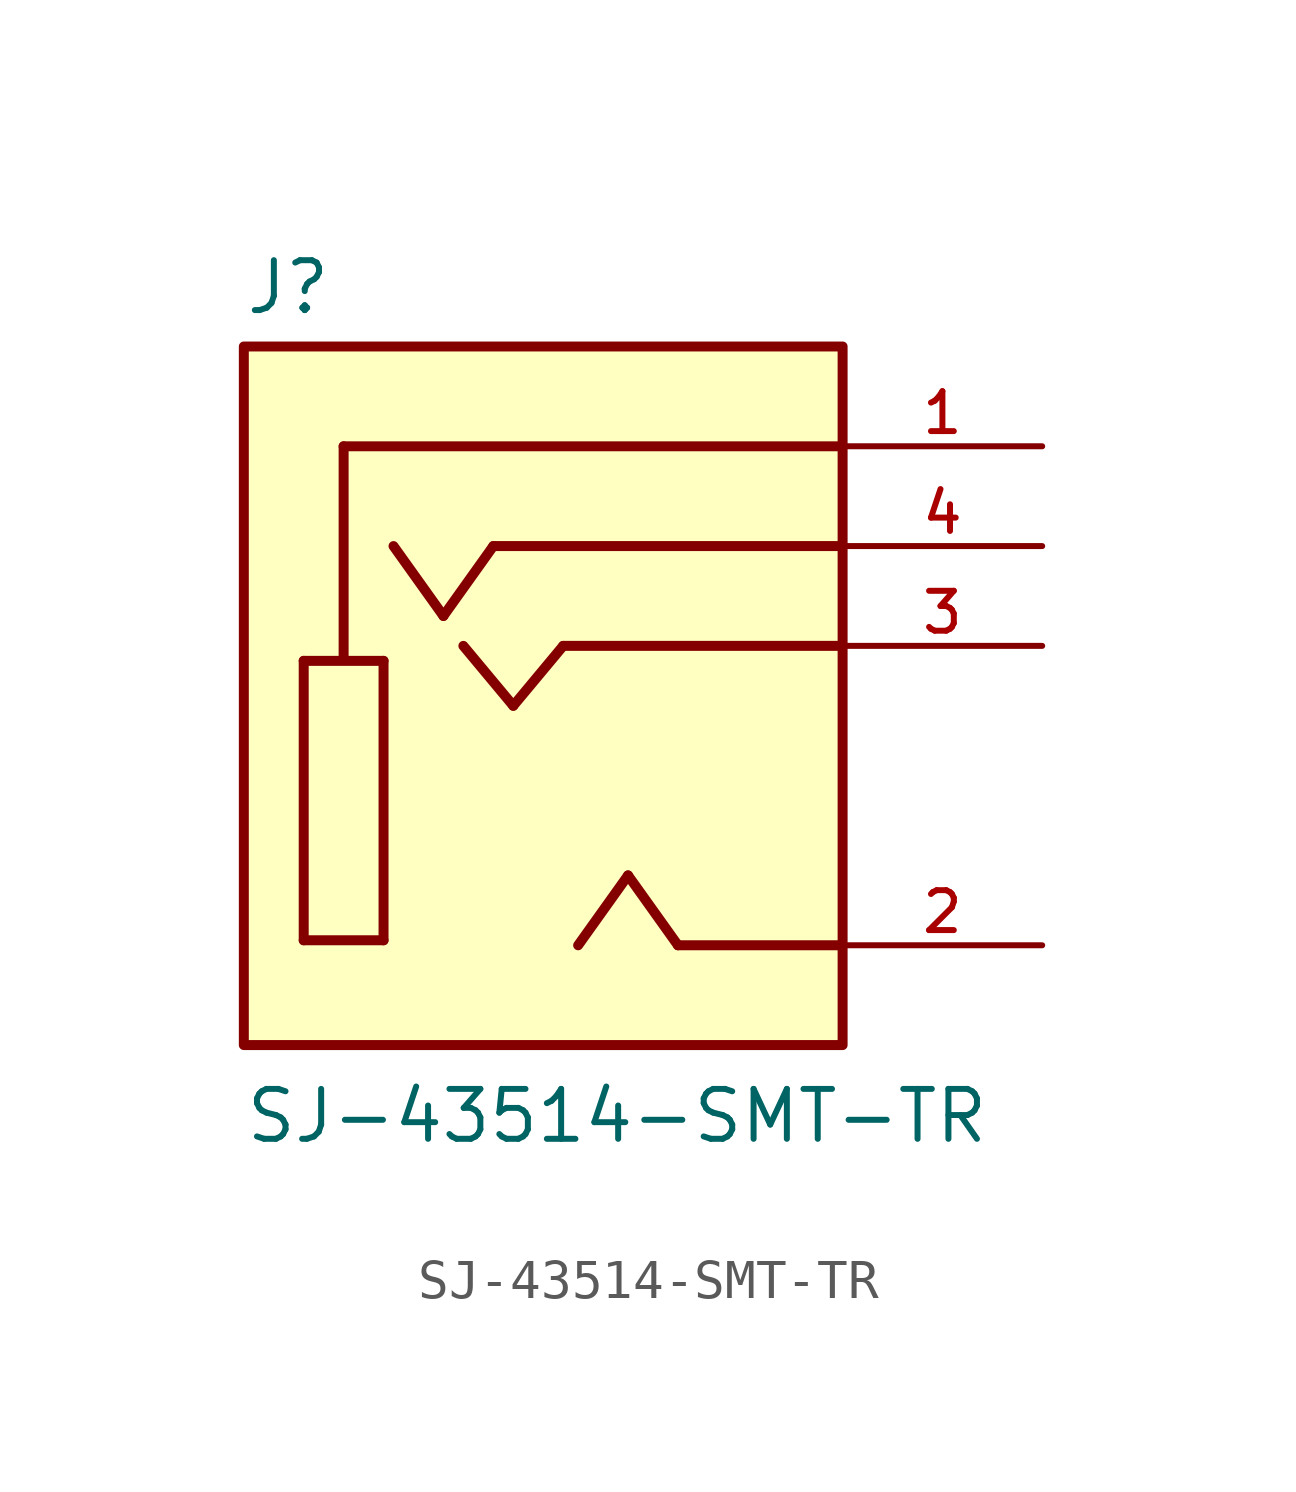
<source format=kicad_sym>
(kicad_symbol_lib
  (version 20211014)
  (generator kicad_symbol_editor)
  (symbol "SJ-43514-SMT-TR"
    (pin_names
      (offset 1.016))
    (property "Reference" "J"
      (at -7.621 8.383 0)
      (effects (font (size 1.27 1.27)) (justify bottom left)))
    (property "Value" "SJ-43514-SMT-TR"
      (at -7.627 -12.709 0)
      (effects (font (size 1.27 1.27)) (justify bottom left)))
    (symbol "SJ-43514-SMT-TR_0_0"
      (polyline (pts (xy -6.096 -0.381) (xy -6.096 -7.493)) (stroke (width 0.254)))
      (polyline (pts (xy -6.096 -7.493) (xy -4.064 -7.493)) (stroke (width 0.254)))
      (polyline (pts (xy -4.064 -7.493) (xy -4.064 -0.381)) (stroke (width 0.254)))
      (polyline (pts (xy -4.064 -0.381) (xy -6.096 -0.381)) (stroke (width 0.254)))
      (polyline (pts (xy -3.81 2.54) (xy -2.54 0.762)) (stroke (width 0.254)))
      (polyline (pts (xy -2.54 0.762) (xy -1.27 2.54)) (stroke (width 0.254)))
      (polyline (pts (xy 3.429 -7.62) (xy 7.62 -7.62)) (stroke (width 0.254)))
      (polyline (pts (xy 0.889 -7.62) (xy 2.159 -5.842)) (stroke (width 0.254)))
      (polyline (pts (xy 2.159 -5.842) (xy 3.429 -7.62)) (stroke (width 0.254)))
      (polyline (pts (xy -1.27 2.54) (xy 7.62 2.54)) (stroke (width 0.254)))
      (polyline (pts (xy -2.032 0.0) (xy -0.762 -1.524)) (stroke (width 0.254)))
      (polyline (pts (xy -0.762 -1.524) (xy 0.508 0.0)) (stroke (width 0.254)))
      (polyline (pts (xy -5.08 5.08) (xy 7.62 5.08)) (stroke (width 0.254)))
      (polyline (pts (xy -5.08 5.08) (xy -5.08 -0.254)) (stroke (width 0.254)))
      (polyline (pts (xy 0.508 0.0) (xy 7.62 0.0)) (stroke (width 0.254)))
      (rectangle (start -7.62 -10.16) (end 7.62 7.62) (stroke (width 0.254)) (fill (type background)))
      (pin passive line (at 12.7 5.08 180.0) (length 5.08) (name "~" (effects (font (size 1.016 1.016)))) (number "1" (effects (font (size 1.016 1.016)))))
      (pin passive line (at 12.7 -7.62 180.0) (length 5.08) (name "~" (effects (font (size 1.016 1.016)))) (number "2" (effects (font (size 1.016 1.016)))))
      (pin passive line (at 12.7 0.0 180.0) (length 5.08) (name "~" (effects (font (size 1.016 1.016)))) (number "3" (effects (font (size 1.016 1.016)))))
      (pin passive line (at 12.7 2.54 180.0) (length 5.08) (name "~" (effects (font (size 1.016 1.016)))) (number "4" (effects (font (size 1.016 1.016))))))))
</source>
